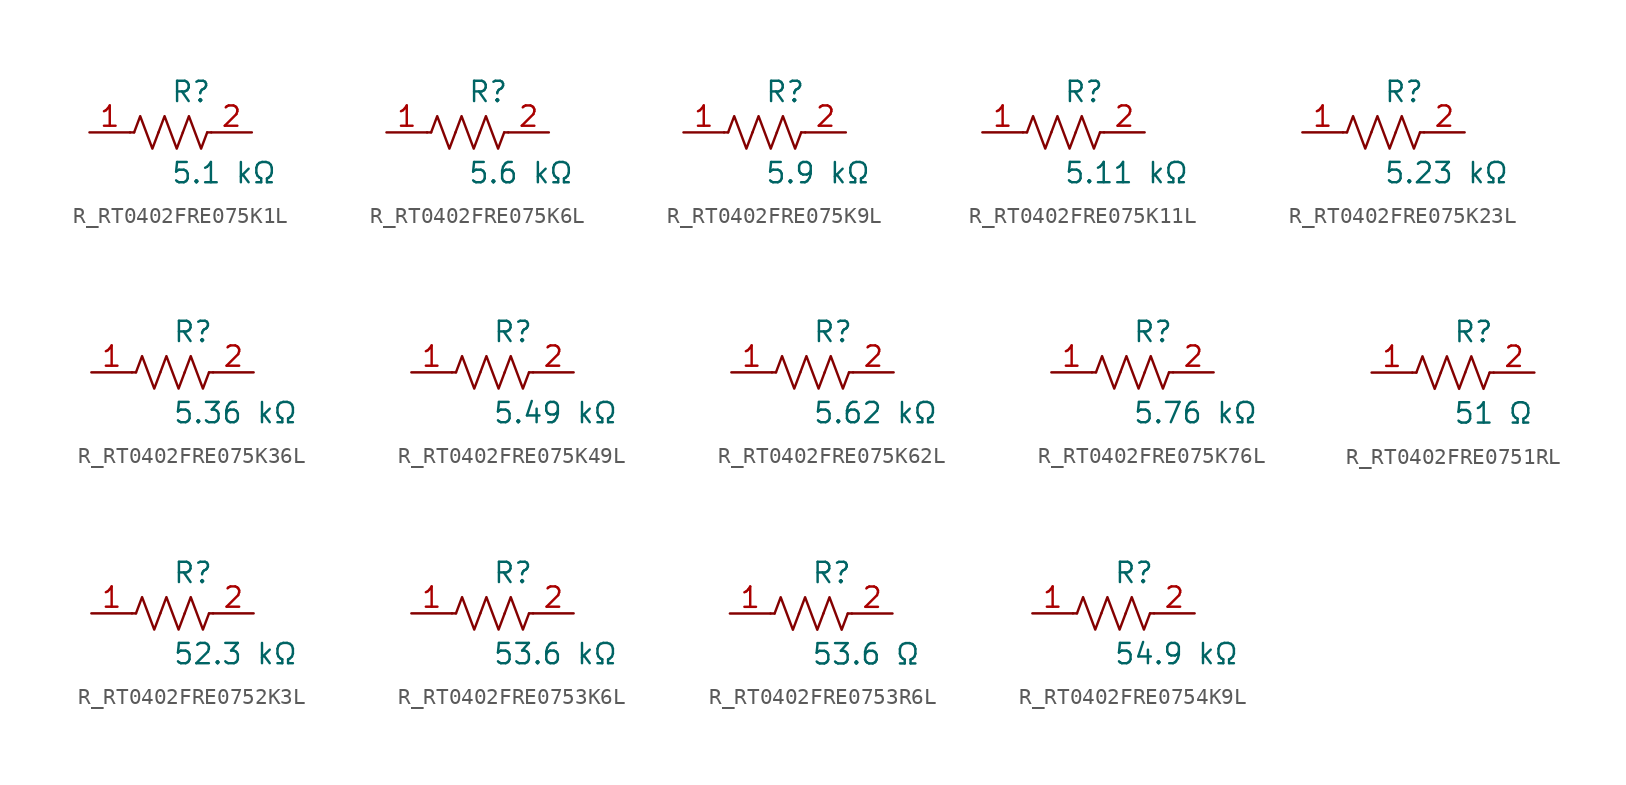
<source format=kicad_sym>
(kicad_symbol_lib
  (version 20231120)
  (generator kicad_symbol_editor)
  (generator_version 8.0)
  (symbol "R_RT0402FRE075K1L"
    (pin_names
      (offset 0.254))
    (property "Reference" "R"
      (at 0.0 2.54 0)
      (effects (font (size 1.27 1.27)) (justify left)))
    (property "Value" "5.1 kΩ"
      (at 0.0 -2.54 0)
      (effects (font (size 1.27 1.27)) (justify left)))
    (symbol "R_RT0402FRE075K1L_0_1"
      (polyline (pts (xy 2.286 0) (xy 2.54 0)) (stroke (width 0) (type default)) (fill (type none)))
      (polyline (pts (xy -2.286 0) (xy -2.54 0)) (stroke (width 0) (type default)) (fill (type none)))
      (polyline (pts (xy 0.762 0) (xy 1.143 1.016) (xy 1.524 0) (xy 1.905 -1.016) (xy 2.286 0)) (stroke (width 0) (type default)) (fill (type none)))
      (polyline (pts (xy -0.762 0) (xy -0.381 1.016) (xy 0 0) (xy 0.381 -1.016) (xy 0.762 0)) (stroke (width 0) (type default)) (fill (type none)))
      (polyline (pts (xy -2.286 0) (xy -1.905 1.016) (xy -1.524 0) (xy -1.143 -1.016) (xy -0.762 0)) (stroke (width 0) (type default)) (fill (type none))))
    (pin unspecified line
      (at -5.08 0 0)
      (length 2.54)
      (name "" (effects (font (size 1.27 1.27))))
      (number "1" (effects (font (size 1.27 1.27)))))
    (pin unspecified line
      (at 5.08 0 180)
      (length 2.54)
      (name "" (effects (font (size 1.27 1.27))))
      (number "2" (effects (font (size 1.27 1.27))))))
  (symbol "R_RT0402FRE075K6L"
    (pin_names
      (offset 0.254))
    (property "Reference" "R"
      (at 0.0 2.54 0)
      (effects (font (size 1.27 1.27)) (justify left)))
    (property "Value" "5.6 kΩ"
      (at 0.0 -2.54 0)
      (effects (font (size 1.27 1.27)) (justify left)))
    (symbol "R_RT0402FRE075K6L_0_1"
      (polyline (pts (xy 2.286 0) (xy 2.54 0)) (stroke (width 0) (type default)) (fill (type none)))
      (polyline (pts (xy -2.286 0) (xy -2.54 0)) (stroke (width 0) (type default)) (fill (type none)))
      (polyline (pts (xy 0.762 0) (xy 1.143 1.016) (xy 1.524 0) (xy 1.905 -1.016) (xy 2.286 0)) (stroke (width 0) (type default)) (fill (type none)))
      (polyline (pts (xy -0.762 0) (xy -0.381 1.016) (xy 0 0) (xy 0.381 -1.016) (xy 0.762 0)) (stroke (width 0) (type default)) (fill (type none)))
      (polyline (pts (xy -2.286 0) (xy -1.905 1.016) (xy -1.524 0) (xy -1.143 -1.016) (xy -0.762 0)) (stroke (width 0) (type default)) (fill (type none))))
    (pin unspecified line
      (at -5.08 0 0)
      (length 2.54)
      (name "" (effects (font (size 1.27 1.27))))
      (number "1" (effects (font (size 1.27 1.27)))))
    (pin unspecified line
      (at 5.08 0 180)
      (length 2.54)
      (name "" (effects (font (size 1.27 1.27))))
      (number "2" (effects (font (size 1.27 1.27))))))
  (symbol "R_RT0402FRE075K9L"
    (pin_names
      (offset 0.254))
    (property "Reference" "R"
      (at 0.0 2.54 0)
      (effects (font (size 1.27 1.27)) (justify left)))
    (property "Value" "5.9 kΩ"
      (at 0.0 -2.54 0)
      (effects (font (size 1.27 1.27)) (justify left)))
    (symbol "R_RT0402FRE075K9L_0_1"
      (polyline (pts (xy 2.286 0) (xy 2.54 0)) (stroke (width 0) (type default)) (fill (type none)))
      (polyline (pts (xy -2.286 0) (xy -2.54 0)) (stroke (width 0) (type default)) (fill (type none)))
      (polyline (pts (xy 0.762 0) (xy 1.143 1.016) (xy 1.524 0) (xy 1.905 -1.016) (xy 2.286 0)) (stroke (width 0) (type default)) (fill (type none)))
      (polyline (pts (xy -0.762 0) (xy -0.381 1.016) (xy 0 0) (xy 0.381 -1.016) (xy 0.762 0)) (stroke (width 0) (type default)) (fill (type none)))
      (polyline (pts (xy -2.286 0) (xy -1.905 1.016) (xy -1.524 0) (xy -1.143 -1.016) (xy -0.762 0)) (stroke (width 0) (type default)) (fill (type none))))
    (pin unspecified line
      (at -5.08 0 0)
      (length 2.54)
      (name "" (effects (font (size 1.27 1.27))))
      (number "1" (effects (font (size 1.27 1.27)))))
    (pin unspecified line
      (at 5.08 0 180)
      (length 2.54)
      (name "" (effects (font (size 1.27 1.27))))
      (number "2" (effects (font (size 1.27 1.27))))))
  (symbol "R_RT0402FRE075K11L"
    (pin_names
      (offset 0.254))
    (property "Reference" "R"
      (at 0.0 2.54 0)
      (effects (font (size 1.27 1.27)) (justify left)))
    (property "Value" "5.11 kΩ"
      (at 0.0 -2.54 0)
      (effects (font (size 1.27 1.27)) (justify left)))
    (symbol "R_RT0402FRE075K11L_0_1"
      (polyline (pts (xy 2.286 0) (xy 2.54 0)) (stroke (width 0) (type default)) (fill (type none)))
      (polyline (pts (xy -2.286 0) (xy -2.54 0)) (stroke (width 0) (type default)) (fill (type none)))
      (polyline (pts (xy 0.762 0) (xy 1.143 1.016) (xy 1.524 0) (xy 1.905 -1.016) (xy 2.286 0)) (stroke (width 0) (type default)) (fill (type none)))
      (polyline (pts (xy -0.762 0) (xy -0.381 1.016) (xy 0 0) (xy 0.381 -1.016) (xy 0.762 0)) (stroke (width 0) (type default)) (fill (type none)))
      (polyline (pts (xy -2.286 0) (xy -1.905 1.016) (xy -1.524 0) (xy -1.143 -1.016) (xy -0.762 0)) (stroke (width 0) (type default)) (fill (type none))))
    (pin unspecified line
      (at -5.08 0 0)
      (length 2.54)
      (name "" (effects (font (size 1.27 1.27))))
      (number "1" (effects (font (size 1.27 1.27)))))
    (pin unspecified line
      (at 5.08 0 180)
      (length 2.54)
      (name "" (effects (font (size 1.27 1.27))))
      (number "2" (effects (font (size 1.27 1.27))))))
  (symbol "R_RT0402FRE075K23L"
    (pin_names
      (offset 0.254))
    (property "Reference" "R"
      (at 0.0 2.54 0)
      (effects (font (size 1.27 1.27)) (justify left)))
    (property "Value" "5.23 kΩ"
      (at 0.0 -2.54 0)
      (effects (font (size 1.27 1.27)) (justify left)))
    (symbol "R_RT0402FRE075K23L_0_1"
      (polyline (pts (xy 2.286 0) (xy 2.54 0)) (stroke (width 0) (type default)) (fill (type none)))
      (polyline (pts (xy -2.286 0) (xy -2.54 0)) (stroke (width 0) (type default)) (fill (type none)))
      (polyline (pts (xy 0.762 0) (xy 1.143 1.016) (xy 1.524 0) (xy 1.905 -1.016) (xy 2.286 0)) (stroke (width 0) (type default)) (fill (type none)))
      (polyline (pts (xy -0.762 0) (xy -0.381 1.016) (xy 0 0) (xy 0.381 -1.016) (xy 0.762 0)) (stroke (width 0) (type default)) (fill (type none)))
      (polyline (pts (xy -2.286 0) (xy -1.905 1.016) (xy -1.524 0) (xy -1.143 -1.016) (xy -0.762 0)) (stroke (width 0) (type default)) (fill (type none))))
    (pin unspecified line
      (at -5.08 0 0)
      (length 2.54)
      (name "" (effects (font (size 1.27 1.27))))
      (number "1" (effects (font (size 1.27 1.27)))))
    (pin unspecified line
      (at 5.08 0 180)
      (length 2.54)
      (name "" (effects (font (size 1.27 1.27))))
      (number "2" (effects (font (size 1.27 1.27))))))
  (symbol "R_RT0402FRE075K36L"
    (pin_names
      (offset 0.254))
    (property "Reference" "R"
      (at 0.0 2.54 0)
      (effects (font (size 1.27 1.27)) (justify left)))
    (property "Value" "5.36 kΩ"
      (at 0.0 -2.54 0)
      (effects (font (size 1.27 1.27)) (justify left)))
    (symbol "R_RT0402FRE075K36L_0_1"
      (polyline (pts (xy 2.286 0) (xy 2.54 0)) (stroke (width 0) (type default)) (fill (type none)))
      (polyline (pts (xy -2.286 0) (xy -2.54 0)) (stroke (width 0) (type default)) (fill (type none)))
      (polyline (pts (xy 0.762 0) (xy 1.143 1.016) (xy 1.524 0) (xy 1.905 -1.016) (xy 2.286 0)) (stroke (width 0) (type default)) (fill (type none)))
      (polyline (pts (xy -0.762 0) (xy -0.381 1.016) (xy 0 0) (xy 0.381 -1.016) (xy 0.762 0)) (stroke (width 0) (type default)) (fill (type none)))
      (polyline (pts (xy -2.286 0) (xy -1.905 1.016) (xy -1.524 0) (xy -1.143 -1.016) (xy -0.762 0)) (stroke (width 0) (type default)) (fill (type none))))
    (pin unspecified line
      (at -5.08 0 0)
      (length 2.54)
      (name "" (effects (font (size 1.27 1.27))))
      (number "1" (effects (font (size 1.27 1.27)))))
    (pin unspecified line
      (at 5.08 0 180)
      (length 2.54)
      (name "" (effects (font (size 1.27 1.27))))
      (number "2" (effects (font (size 1.27 1.27))))))
  (symbol "R_RT0402FRE075K49L"
    (pin_names
      (offset 0.254))
    (property "Reference" "R"
      (at 0.0 2.54 0)
      (effects (font (size 1.27 1.27)) (justify left)))
    (property "Value" "5.49 kΩ"
      (at 0.0 -2.54 0)
      (effects (font (size 1.27 1.27)) (justify left)))
    (symbol "R_RT0402FRE075K49L_0_1"
      (polyline (pts (xy 2.286 0) (xy 2.54 0)) (stroke (width 0) (type default)) (fill (type none)))
      (polyline (pts (xy -2.286 0) (xy -2.54 0)) (stroke (width 0) (type default)) (fill (type none)))
      (polyline (pts (xy 0.762 0) (xy 1.143 1.016) (xy 1.524 0) (xy 1.905 -1.016) (xy 2.286 0)) (stroke (width 0) (type default)) (fill (type none)))
      (polyline (pts (xy -0.762 0) (xy -0.381 1.016) (xy 0 0) (xy 0.381 -1.016) (xy 0.762 0)) (stroke (width 0) (type default)) (fill (type none)))
      (polyline (pts (xy -2.286 0) (xy -1.905 1.016) (xy -1.524 0) (xy -1.143 -1.016) (xy -0.762 0)) (stroke (width 0) (type default)) (fill (type none))))
    (pin unspecified line
      (at -5.08 0 0)
      (length 2.54)
      (name "" (effects (font (size 1.27 1.27))))
      (number "1" (effects (font (size 1.27 1.27)))))
    (pin unspecified line
      (at 5.08 0 180)
      (length 2.54)
      (name "" (effects (font (size 1.27 1.27))))
      (number "2" (effects (font (size 1.27 1.27))))))
  (symbol "R_RT0402FRE075K62L"
    (pin_names
      (offset 0.254))
    (property "Reference" "R"
      (at 0.0 2.54 0)
      (effects (font (size 1.27 1.27)) (justify left)))
    (property "Value" "5.62 kΩ"
      (at 0.0 -2.54 0)
      (effects (font (size 1.27 1.27)) (justify left)))
    (symbol "R_RT0402FRE075K62L_0_1"
      (polyline (pts (xy 2.286 0) (xy 2.54 0)) (stroke (width 0) (type default)) (fill (type none)))
      (polyline (pts (xy -2.286 0) (xy -2.54 0)) (stroke (width 0) (type default)) (fill (type none)))
      (polyline (pts (xy 0.762 0) (xy 1.143 1.016) (xy 1.524 0) (xy 1.905 -1.016) (xy 2.286 0)) (stroke (width 0) (type default)) (fill (type none)))
      (polyline (pts (xy -0.762 0) (xy -0.381 1.016) (xy 0 0) (xy 0.381 -1.016) (xy 0.762 0)) (stroke (width 0) (type default)) (fill (type none)))
      (polyline (pts (xy -2.286 0) (xy -1.905 1.016) (xy -1.524 0) (xy -1.143 -1.016) (xy -0.762 0)) (stroke (width 0) (type default)) (fill (type none))))
    (pin unspecified line
      (at -5.08 0 0)
      (length 2.54)
      (name "" (effects (font (size 1.27 1.27))))
      (number "1" (effects (font (size 1.27 1.27)))))
    (pin unspecified line
      (at 5.08 0 180)
      (length 2.54)
      (name "" (effects (font (size 1.27 1.27))))
      (number "2" (effects (font (size 1.27 1.27))))))
  (symbol "R_RT0402FRE075K76L"
    (pin_names
      (offset 0.254))
    (property "Reference" "R"
      (at 0.0 2.54 0)
      (effects (font (size 1.27 1.27)) (justify left)))
    (property "Value" "5.76 kΩ"
      (at 0.0 -2.54 0)
      (effects (font (size 1.27 1.27)) (justify left)))
    (symbol "R_RT0402FRE075K76L_0_1"
      (polyline (pts (xy 2.286 0) (xy 2.54 0)) (stroke (width 0) (type default)) (fill (type none)))
      (polyline (pts (xy -2.286 0) (xy -2.54 0)) (stroke (width 0) (type default)) (fill (type none)))
      (polyline (pts (xy 0.762 0) (xy 1.143 1.016) (xy 1.524 0) (xy 1.905 -1.016) (xy 2.286 0)) (stroke (width 0) (type default)) (fill (type none)))
      (polyline (pts (xy -0.762 0) (xy -0.381 1.016) (xy 0 0) (xy 0.381 -1.016) (xy 0.762 0)) (stroke (width 0) (type default)) (fill (type none)))
      (polyline (pts (xy -2.286 0) (xy -1.905 1.016) (xy -1.524 0) (xy -1.143 -1.016) (xy -0.762 0)) (stroke (width 0) (type default)) (fill (type none))))
    (pin unspecified line
      (at -5.08 0 0)
      (length 2.54)
      (name "" (effects (font (size 1.27 1.27))))
      (number "1" (effects (font (size 1.27 1.27)))))
    (pin unspecified line
      (at 5.08 0 180)
      (length 2.54)
      (name "" (effects (font (size 1.27 1.27))))
      (number "2" (effects (font (size 1.27 1.27))))))
  (symbol "R_RT0402FRE0751RL"
    (pin_names
      (offset 0.254))
    (property "Reference" "R"
      (at 0.0 2.54 0)
      (effects (font (size 1.27 1.27)) (justify left)))
    (property "Value" "51 Ω"
      (at 0.0 -2.54 0)
      (effects (font (size 1.27 1.27)) (justify left)))
    (symbol "R_RT0402FRE0751RL_0_1"
      (polyline (pts (xy 2.286 0) (xy 2.54 0)) (stroke (width 0) (type default)) (fill (type none)))
      (polyline (pts (xy -2.286 0) (xy -2.54 0)) (stroke (width 0) (type default)) (fill (type none)))
      (polyline (pts (xy 0.762 0) (xy 1.143 1.016) (xy 1.524 0) (xy 1.905 -1.016) (xy 2.286 0)) (stroke (width 0) (type default)) (fill (type none)))
      (polyline (pts (xy -0.762 0) (xy -0.381 1.016) (xy 0 0) (xy 0.381 -1.016) (xy 0.762 0)) (stroke (width 0) (type default)) (fill (type none)))
      (polyline (pts (xy -2.286 0) (xy -1.905 1.016) (xy -1.524 0) (xy -1.143 -1.016) (xy -0.762 0)) (stroke (width 0) (type default)) (fill (type none))))
    (pin unspecified line
      (at -5.08 0 0)
      (length 2.54)
      (name "" (effects (font (size 1.27 1.27))))
      (number "1" (effects (font (size 1.27 1.27)))))
    (pin unspecified line
      (at 5.08 0 180)
      (length 2.54)
      (name "" (effects (font (size 1.27 1.27))))
      (number "2" (effects (font (size 1.27 1.27))))))
  (symbol "R_RT0402FRE0752K3L"
    (pin_names
      (offset 0.254))
    (property "Reference" "R"
      (at 0.0 2.54 0)
      (effects (font (size 1.27 1.27)) (justify left)))
    (property "Value" "52.3 kΩ"
      (at 0.0 -2.54 0)
      (effects (font (size 1.27 1.27)) (justify left)))
    (symbol "R_RT0402FRE0752K3L_0_1"
      (polyline (pts (xy 2.286 0) (xy 2.54 0)) (stroke (width 0) (type default)) (fill (type none)))
      (polyline (pts (xy -2.286 0) (xy -2.54 0)) (stroke (width 0) (type default)) (fill (type none)))
      (polyline (pts (xy 0.762 0) (xy 1.143 1.016) (xy 1.524 0) (xy 1.905 -1.016) (xy 2.286 0)) (stroke (width 0) (type default)) (fill (type none)))
      (polyline (pts (xy -0.762 0) (xy -0.381 1.016) (xy 0 0) (xy 0.381 -1.016) (xy 0.762 0)) (stroke (width 0) (type default)) (fill (type none)))
      (polyline (pts (xy -2.286 0) (xy -1.905 1.016) (xy -1.524 0) (xy -1.143 -1.016) (xy -0.762 0)) (stroke (width 0) (type default)) (fill (type none))))
    (pin unspecified line
      (at -5.08 0 0)
      (length 2.54)
      (name "" (effects (font (size 1.27 1.27))))
      (number "1" (effects (font (size 1.27 1.27)))))
    (pin unspecified line
      (at 5.08 0 180)
      (length 2.54)
      (name "" (effects (font (size 1.27 1.27))))
      (number "2" (effects (font (size 1.27 1.27))))))
  (symbol "R_RT0402FRE0753K6L"
    (pin_names
      (offset 0.254))
    (property "Reference" "R"
      (at 0.0 2.54 0)
      (effects (font (size 1.27 1.27)) (justify left)))
    (property "Value" "53.6 kΩ"
      (at 0.0 -2.54 0)
      (effects (font (size 1.27 1.27)) (justify left)))
    (symbol "R_RT0402FRE0753K6L_0_1"
      (polyline (pts (xy 2.286 0) (xy 2.54 0)) (stroke (width 0) (type default)) (fill (type none)))
      (polyline (pts (xy -2.286 0) (xy -2.54 0)) (stroke (width 0) (type default)) (fill (type none)))
      (polyline (pts (xy 0.762 0) (xy 1.143 1.016) (xy 1.524 0) (xy 1.905 -1.016) (xy 2.286 0)) (stroke (width 0) (type default)) (fill (type none)))
      (polyline (pts (xy -0.762 0) (xy -0.381 1.016) (xy 0 0) (xy 0.381 -1.016) (xy 0.762 0)) (stroke (width 0) (type default)) (fill (type none)))
      (polyline (pts (xy -2.286 0) (xy -1.905 1.016) (xy -1.524 0) (xy -1.143 -1.016) (xy -0.762 0)) (stroke (width 0) (type default)) (fill (type none))))
    (pin unspecified line
      (at -5.08 0 0)
      (length 2.54)
      (name "" (effects (font (size 1.27 1.27))))
      (number "1" (effects (font (size 1.27 1.27)))))
    (pin unspecified line
      (at 5.08 0 180)
      (length 2.54)
      (name "" (effects (font (size 1.27 1.27))))
      (number "2" (effects (font (size 1.27 1.27))))))
  (symbol "R_RT0402FRE0753R6L"
    (pin_names
      (offset 0.254))
    (property "Reference" "R"
      (at 0.0 2.54 0)
      (effects (font (size 1.27 1.27)) (justify left)))
    (property "Value" "53.6 Ω"
      (at 0.0 -2.54 0)
      (effects (font (size 1.27 1.27)) (justify left)))
    (symbol "R_RT0402FRE0753R6L_0_1"
      (polyline (pts (xy 2.286 0) (xy 2.54 0)) (stroke (width 0) (type default)) (fill (type none)))
      (polyline (pts (xy -2.286 0) (xy -2.54 0)) (stroke (width 0) (type default)) (fill (type none)))
      (polyline (pts (xy 0.762 0) (xy 1.143 1.016) (xy 1.524 0) (xy 1.905 -1.016) (xy 2.286 0)) (stroke (width 0) (type default)) (fill (type none)))
      (polyline (pts (xy -0.762 0) (xy -0.381 1.016) (xy 0 0) (xy 0.381 -1.016) (xy 0.762 0)) (stroke (width 0) (type default)) (fill (type none)))
      (polyline (pts (xy -2.286 0) (xy -1.905 1.016) (xy -1.524 0) (xy -1.143 -1.016) (xy -0.762 0)) (stroke (width 0) (type default)) (fill (type none))))
    (pin unspecified line
      (at -5.08 0 0)
      (length 2.54)
      (name "" (effects (font (size 1.27 1.27))))
      (number "1" (effects (font (size 1.27 1.27)))))
    (pin unspecified line
      (at 5.08 0 180)
      (length 2.54)
      (name "" (effects (font (size 1.27 1.27))))
      (number "2" (effects (font (size 1.27 1.27))))))
  (symbol "R_RT0402FRE0754K9L"
    (pin_names
      (offset 0.254))
    (property "Reference" "R"
      (at 0.0 2.54 0)
      (effects (font (size 1.27 1.27)) (justify left)))
    (property "Value" "54.9 kΩ"
      (at 0.0 -2.54 0)
      (effects (font (size 1.27 1.27)) (justify left)))
    (symbol "R_RT0402FRE0754K9L_0_1"
      (polyline (pts (xy 2.286 0) (xy 2.54 0)) (stroke (width 0) (type default)) (fill (type none)))
      (polyline (pts (xy -2.286 0) (xy -2.54 0)) (stroke (width 0) (type default)) (fill (type none)))
      (polyline (pts (xy 0.762 0) (xy 1.143 1.016) (xy 1.524 0) (xy 1.905 -1.016) (xy 2.286 0)) (stroke (width 0) (type default)) (fill (type none)))
      (polyline (pts (xy -0.762 0) (xy -0.381 1.016) (xy 0 0) (xy 0.381 -1.016) (xy 0.762 0)) (stroke (width 0) (type default)) (fill (type none)))
      (polyline (pts (xy -2.286 0) (xy -1.905 1.016) (xy -1.524 0) (xy -1.143 -1.016) (xy -0.762 0)) (stroke (width 0) (type default)) (fill (type none))))
    (pin unspecified line
      (at -5.08 0 0)
      (length 2.54)
      (name "" (effects (font (size 1.27 1.27))))
      (number "1" (effects (font (size 1.27 1.27)))))
    (pin unspecified line
      (at 5.08 0 180)
      (length 2.54)
      (name "" (effects (font (size 1.27 1.27))))
      (number "2" (effects (font (size 1.27 1.27)))))))
</source>
